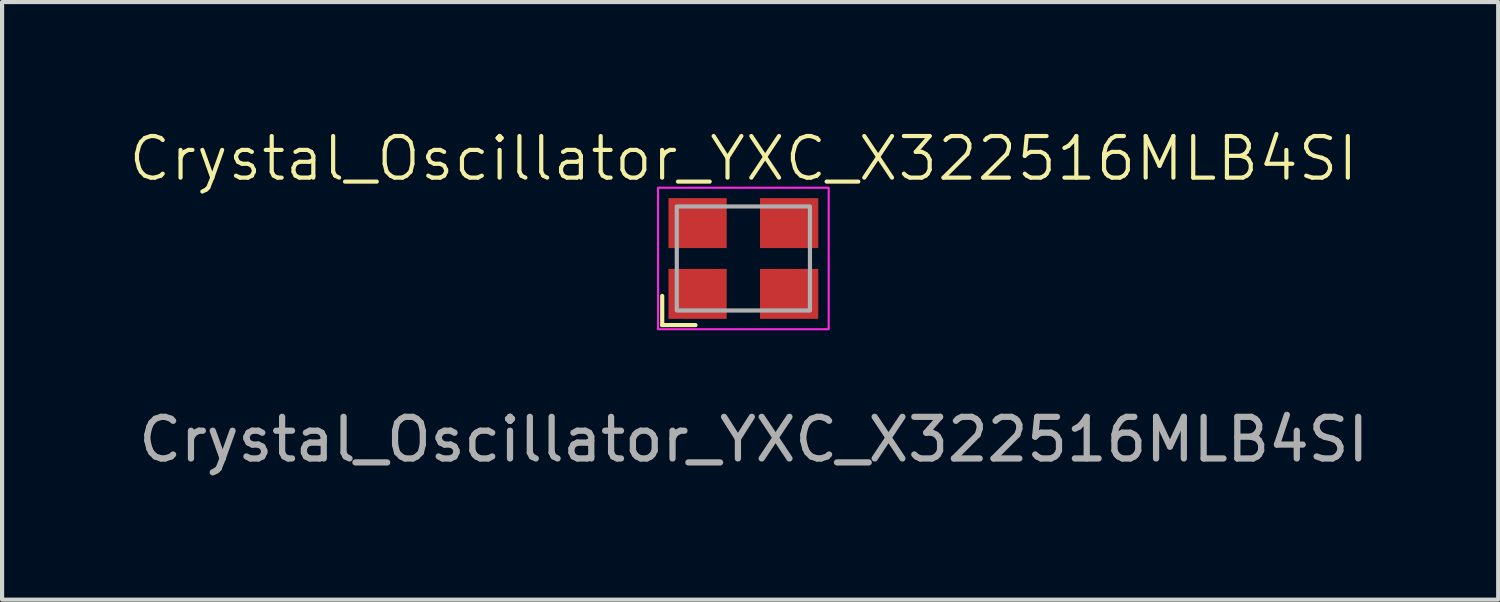
<source format=kicad_pcb>
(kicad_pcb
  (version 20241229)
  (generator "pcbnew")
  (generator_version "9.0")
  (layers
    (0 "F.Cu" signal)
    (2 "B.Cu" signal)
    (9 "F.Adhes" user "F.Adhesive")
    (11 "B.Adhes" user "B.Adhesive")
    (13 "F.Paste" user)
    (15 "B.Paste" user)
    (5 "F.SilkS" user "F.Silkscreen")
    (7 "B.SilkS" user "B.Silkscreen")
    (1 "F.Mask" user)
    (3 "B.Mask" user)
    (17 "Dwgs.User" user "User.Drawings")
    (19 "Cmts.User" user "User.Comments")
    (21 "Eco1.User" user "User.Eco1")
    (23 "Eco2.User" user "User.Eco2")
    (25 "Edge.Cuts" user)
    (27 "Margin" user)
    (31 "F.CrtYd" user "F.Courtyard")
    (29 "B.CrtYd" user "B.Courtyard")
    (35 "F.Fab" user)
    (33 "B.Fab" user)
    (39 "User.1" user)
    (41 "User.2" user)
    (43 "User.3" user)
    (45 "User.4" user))
  (footprint "Crystal_Oscillator_YXC_X322516MLB4SI"
    (layer "F.Cu")
    (at 13.712 2.311)
    (property "Reference" "Crystal_Oscillator_YXC_X322516MLB4SI" (at 1.1 -1.55 0) (unlocked yes) (layer "F.SilkS") (effects (font (size 1 1) (thickness 0.1))))
    (attr smd)
    (fp_line (start -0.85 2.45) (end -0.85 1.75) (stroke (width 0.1) (type default)) (layer "F.SilkS"))
    (fp_line (start -0.05 2.45) (end -0.85 2.45) (stroke (width 0.1) (type default)) (layer "F.SilkS"))
    (fp_rect (start -0.95 -0.85) (end 3.15 2.55) (stroke (width 0.05) (type default)) (fill no) (layer "F.CrtYd"))
    (fp_rect (start -0.5 -0.4) (end 2.7 2.1) (stroke (width 0.1) (type solid)) (fill no) (layer "F.Fab"))
    (fp_text user "${REFERENCE}" (at 1.35 5.2 0) (unlocked yes) (layer "F.Fab") (effects (font (size 1 1) (thickness 0.15))))
    (pad "1" smd rect (at 0 1.7) (size 1.4 1.2) (layers "F.Cu" "F.Mask" "F.Paste"))
    (pad "2" smd rect (at 2.2 1.7) (size 1.4 1.2) (layers "F.Cu" "F.Mask" "F.Paste"))
    (pad "3" smd rect (at 2.2 0 180) (size 1.4 1.2) (layers "F.Cu" "F.Mask" "F.Paste"))
    (pad "4" smd rect (at 0 0) (size 1.4 1.2) (layers "F.Cu" "F.Mask" "F.Paste")))
  (gr_rect
    (start -3 -3)
    (end 32.949 11.359)
    (stroke (width 0.1) (type default))
    (fill no)
    (layer "Edge.Cuts")))
</source>
